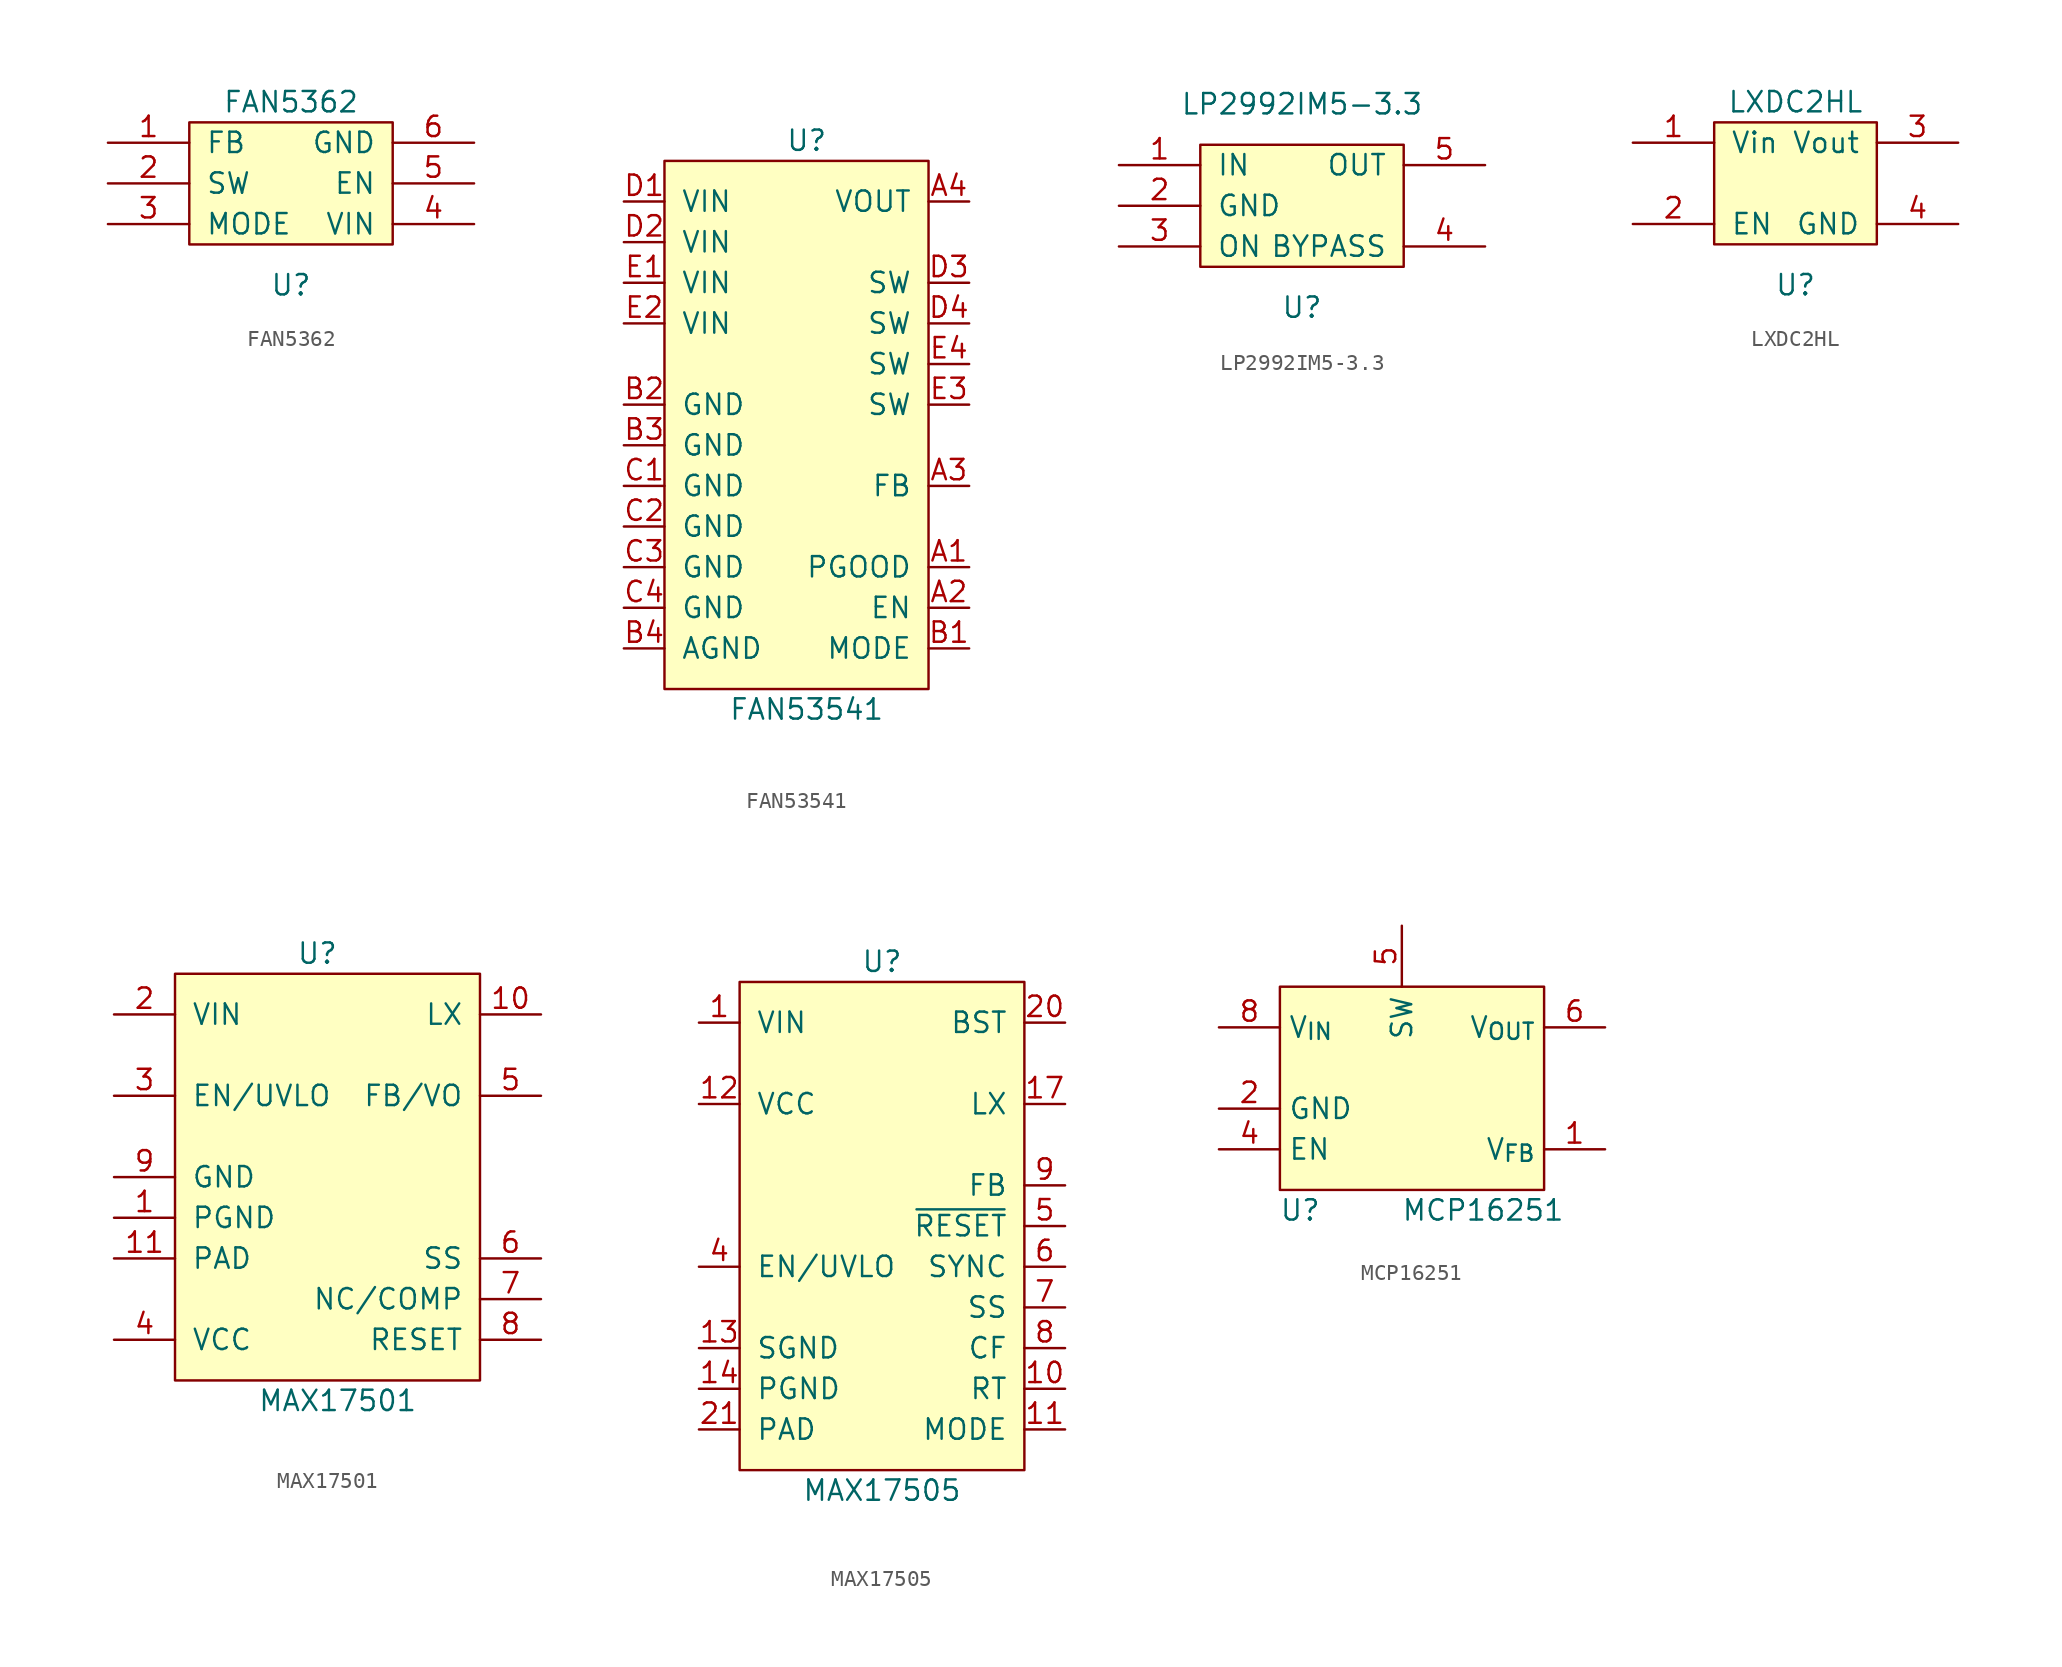
<source format=kicad_sym>
(kicad_symbol_lib
  (version 20211014)
  (generator kicad_symbol_editor)
  (symbol "FAN5362"
    (pin_names
      (offset 1.016))
    (property "Reference" "U"
      (at 0 -6.35 0)
      (effects (font (size 1.27 1.27))))
    (property "Value" "FAN5362"
      (at 0 5.08 0)
      (effects (font (size 1.27 1.27))))
    (symbol "FAN5362_0_1"
      (rectangle (start -6.35 3.81) (end 6.35 -3.81) (stroke (width 0) (type default) (color 0 0 0 0)) (fill (type background))))
    (symbol "FAN5362_1_1"
      (pin input line (at -11.43 2.54 0) (length 5.08) (name "FB" (effects (font (size 1.27 1.27)))) (number "1" (effects (font (size 1.27 1.27)))))
      (pin power_out line (at -11.43 0 0) (length 5.08) (name "SW" (effects (font (size 1.27 1.27)))) (number "2" (effects (font (size 1.27 1.27)))))
      (pin input line (at -11.43 -2.54 0) (length 5.08) (name "MODE" (effects (font (size 1.27 1.27)))) (number "3" (effects (font (size 1.27 1.27)))))
      (pin power_in line (at 11.43 -2.54 180) (length 5.08) (name "VIN" (effects (font (size 1.27 1.27)))) (number "4" (effects (font (size 1.27 1.27)))))
      (pin input line (at 11.43 0 180) (length 5.08) (name "EN" (effects (font (size 1.27 1.27)))) (number "5" (effects (font (size 1.27 1.27)))))
      (pin power_in line (at 11.43 2.54 180) (length 5.08) (name "GND" (effects (font (size 1.27 1.27)))) (number "6" (effects (font (size 1.27 1.27)))))))
  (symbol "FAN53541"
    (pin_names
      (offset 1.016))
    (property "Reference" "U"
      (at 8.89 1.27 0)
      (effects (font (size 1.27 1.27))))
    (property "Value" "FAN53541"
      (at 8.89 -34.29 0)
      (effects (font (size 1.27 1.27))))
    (symbol "FAN53541_0_1"
      (rectangle (start 0 0) (end 16.51 -33.02) (stroke (width 0) (type default) (color 0 0 0 0)) (fill (type background))))
    (symbol "FAN53541_1_1"
      (pin passive line (at 19.05 -25.4 180) (length 2.54) (name "PGOOD" (effects (font (size 1.27 1.27)))) (number "A1" (effects (font (size 1.27 1.27)))))
      (pin passive line (at 19.05 -27.94 180) (length 2.54) (name "EN" (effects (font (size 1.27 1.27)))) (number "A2" (effects (font (size 1.27 1.27)))))
      (pin passive line (at 19.05 -20.32 180) (length 2.54) (name "FB" (effects (font (size 1.27 1.27)))) (number "A3" (effects (font (size 1.27 1.27)))))
      (pin power_out line (at 19.05 -2.54 180) (length 2.54) (name "VOUT" (effects (font (size 1.27 1.27)))) (number "A4" (effects (font (size 1.27 1.27)))))
      (pin passive line (at 19.05 -30.48 180) (length 2.54) (name "MODE" (effects (font (size 1.27 1.27)))) (number "B1" (effects (font (size 1.27 1.27)))))
      (pin power_in line (at -2.54 -15.24 0) (length 2.54) (name "GND" (effects (font (size 1.27 1.27)))) (number "B2" (effects (font (size 1.27 1.27)))))
      (pin power_in line (at -2.54 -17.78 0) (length 2.54) (name "GND" (effects (font (size 1.27 1.27)))) (number "B3" (effects (font (size 1.27 1.27)))))
      (pin power_in line (at -2.54 -30.48 0) (length 2.54) (name "AGND" (effects (font (size 1.27 1.27)))) (number "B4" (effects (font (size 1.27 1.27)))))
      (pin power_in line (at -2.54 -20.32 0) (length 2.54) (name "GND" (effects (font (size 1.27 1.27)))) (number "C1" (effects (font (size 1.27 1.27)))))
      (pin power_in line (at -2.54 -22.86 0) (length 2.54) (name "GND" (effects (font (size 1.27 1.27)))) (number "C2" (effects (font (size 1.27 1.27)))))
      (pin power_in line (at -2.54 -25.4 0) (length 2.54) (name "GND" (effects (font (size 1.27 1.27)))) (number "C3" (effects (font (size 1.27 1.27)))))
      (pin power_in line (at -2.54 -27.94 0) (length 2.54) (name "GND" (effects (font (size 1.27 1.27)))) (number "C4" (effects (font (size 1.27 1.27)))))
      (pin power_in line (at -2.54 -2.54 0) (length 2.54) (name "VIN" (effects (font (size 1.27 1.27)))) (number "D1" (effects (font (size 1.27 1.27)))))
      (pin power_in line (at -2.54 -5.08 0) (length 2.54) (name "VIN" (effects (font (size 1.27 1.27)))) (number "D2" (effects (font (size 1.27 1.27)))))
      (pin passive line (at 19.05 -7.62 180) (length 2.54) (name "SW" (effects (font (size 1.27 1.27)))) (number "D3" (effects (font (size 1.27 1.27)))))
      (pin passive line (at 19.05 -10.16 180) (length 2.54) (name "SW" (effects (font (size 1.27 1.27)))) (number "D4" (effects (font (size 1.27 1.27)))))
      (pin power_in line (at -2.54 -7.62 0) (length 2.54) (name "VIN" (effects (font (size 1.27 1.27)))) (number "E1" (effects (font (size 1.27 1.27)))))
      (pin power_in line (at -2.54 -10.16 0) (length 2.54) (name "VIN" (effects (font (size 1.27 1.27)))) (number "E2" (effects (font (size 1.27 1.27)))))
      (pin passive line (at 19.05 -15.24 180) (length 2.54) (name "SW" (effects (font (size 1.27 1.27)))) (number "E3" (effects (font (size 1.27 1.27)))))
      (pin passive line (at 19.05 -12.7 180) (length 2.54) (name "SW" (effects (font (size 1.27 1.27)))) (number "E4" (effects (font (size 1.27 1.27)))))))
  (symbol "LP2992IM5-3.3"
    (pin_names
      (offset 1.016))
    (property "Reference" "U"
      (at 0 -6.35 0)
      (effects (font (size 1.27 1.27))))
    (property "Value" "LP2992IM5-3.3"
      (at 0 6.35 0)
      (effects (font (size 1.27 1.27))))
    (symbol "LP2992IM5-3.3_0_1"
      (rectangle (start -6.35 3.81) (end 6.35 -3.81) (stroke (width 0) (type default) (color 0 0 0 0)) (fill (type background))))
    (symbol "LP2992IM5-3.3_1_1"
      (pin power_in line (at -11.43 2.54 0) (length 5.08) (name "IN" (effects (font (size 1.27 1.27)))) (number "1" (effects (font (size 1.27 1.27)))))
      (pin power_in line (at -11.43 0 0) (length 5.08) (name "GND" (effects (font (size 1.27 1.27)))) (number "2" (effects (font (size 1.27 1.27)))))
      (pin input line (at -11.43 -2.54 0) (length 5.08) (name "ON" (effects (font (size 1.27 1.27)))) (number "3" (effects (font (size 1.27 1.27)))))
      (pin input line (at 11.43 -2.54 180) (length 5.08) (name "BYPASS" (effects (font (size 1.27 1.27)))) (number "4" (effects (font (size 1.27 1.27)))))
      (pin power_out line (at 11.43 2.54 180) (length 5.08) (name "OUT" (effects (font (size 1.27 1.27)))) (number "5" (effects (font (size 1.27 1.27)))))))
  (symbol "LXDC2HL"
    (pin_names
      (offset 1.016))
    (property "Reference" "U"
      (at 0 -6.35 0)
      (effects (font (size 1.27 1.27))))
    (property "Value" "LXDC2HL"
      (at 0 5.08 0)
      (effects (font (size 1.27 1.27))))
    (property "Footprint" ""
      (at -5.08 0 0)
      (effects (font (size 1.27 1.27))))
    (property "Datasheet" ""
      (at -5.08 0 0)
      (effects (font (size 1.27 1.27))))
    (symbol "LXDC2HL_0_1"
      (rectangle (start -5.08 3.81) (end 5.08 -3.81) (stroke (width 0) (type default) (color 0 0 0 0)) (fill (type background))))
    (symbol "LXDC2HL_1_1"
      (pin power_in line (at -10.16 2.54 0) (length 5.08) (name "Vin" (effects (font (size 1.27 1.27)))) (number "1" (effects (font (size 1.27 1.27)))))
      (pin input line (at -10.16 -2.54 0) (length 5.08) (name "EN" (effects (font (size 1.27 1.27)))) (number "2" (effects (font (size 1.27 1.27)))))
      (pin power_out line (at 10.16 2.54 180) (length 5.08) (name "Vout" (effects (font (size 1.27 1.27)))) (number "3" (effects (font (size 1.27 1.27)))))
      (pin power_in line (at 10.16 -2.54 180) (length 5.08) (name "GND" (effects (font (size 1.27 1.27)))) (number "4" (effects (font (size 1.27 1.27)))))))
  (symbol "MAX17501"
    (pin_names
      (offset 1.016))
    (property "Reference" "U"
      (at 8.89 1.27 0)
      (effects (font (size 1.27 1.27))))
    (property "Value" "MAX17501"
      (at 10.16 -26.67 0)
      (effects (font (size 1.27 1.27))))
    (symbol "MAX17501_0_1"
      (rectangle (start 0 0) (end 19.05 -25.4) (stroke (width 0) (type default) (color 0 0 0 0)) (fill (type background))))
    (symbol "MAX17501_1_1"
      (pin power_in line (at -3.81 -15.24 0) (length 3.81) (name "PGND" (effects (font (size 1.27 1.27)))) (number "1" (effects (font (size 1.27 1.27)))))
      (pin passive line (at 22.86 -2.54 180) (length 3.81) (name "LX" (effects (font (size 1.27 1.27)))) (number "10" (effects (font (size 1.27 1.27)))))
      (pin passive line (at -3.81 -17.78 0) (length 3.81) (name "PAD" (effects (font (size 1.27 1.27)))) (number "11" (effects (font (size 1.27 1.27)))))
      (pin power_in line (at -3.81 -2.54 0) (length 3.81) (name "VIN" (effects (font (size 1.27 1.27)))) (number "2" (effects (font (size 1.27 1.27)))))
      (pin passive line (at -3.81 -7.62 0) (length 3.81) (name "EN/UVLO" (effects (font (size 1.27 1.27)))) (number "3" (effects (font (size 1.27 1.27)))))
      (pin passive line (at -3.81 -22.86 0) (length 3.81) (name "VCC" (effects (font (size 1.27 1.27)))) (number "4" (effects (font (size 1.27 1.27)))))
      (pin passive line (at 22.86 -7.62 180) (length 3.81) (name "FB/VO" (effects (font (size 1.27 1.27)))) (number "5" (effects (font (size 1.27 1.27)))))
      (pin passive line (at 22.86 -17.78 180) (length 3.81) (name "SS" (effects (font (size 1.27 1.27)))) (number "6" (effects (font (size 1.27 1.27)))))
      (pin passive line (at 22.86 -20.32 180) (length 3.81) (name "NC/COMP" (effects (font (size 1.27 1.27)))) (number "7" (effects (font (size 1.27 1.27)))))
      (pin passive line (at 22.86 -22.86 180) (length 3.81) (name "RESET" (effects (font (size 1.27 1.27)))) (number "8" (effects (font (size 1.27 1.27)))))
      (pin power_in line (at -3.81 -12.7 0) (length 3.81) (name "GND" (effects (font (size 1.27 1.27)))) (number "9" (effects (font (size 1.27 1.27)))))))
  (symbol "MAX17505"
    (pin_names
      (offset 1.016))
    (property "Reference" "U"
      (at 8.89 1.27 0)
      (effects (font (size 1.27 1.27))))
    (property "Value" "MAX17505"
      (at 8.89 -31.75 0)
      (effects (font (size 1.27 1.27))))
    (symbol "MAX17505_0_1"
      (rectangle (start 0 0) (end 17.78 -30.48) (stroke (width 0) (type default) (color 0 0 0 0)) (fill (type background))))
    (symbol "MAX17505_1_1"
      (pin power_in line (at -2.54 -2.54 0) (length 2.54) (name "VIN" (effects (font (size 1.27 1.27)))) (number "1" (effects (font (size 1.27 1.27)))))
      (pin passive line (at 20.32 -25.4 180) (length 2.54) (name "RT" (effects (font (size 1.27 1.27)))) (number "10" (effects (font (size 1.27 1.27)))))
      (pin passive line (at 20.32 -27.94 180) (length 2.54) (name "MODE" (effects (font (size 1.27 1.27)))) (number "11" (effects (font (size 1.27 1.27)))))
      (pin passive line (at -2.54 -7.62 0) (length 2.54) (name "VCC" (effects (font (size 1.27 1.27)))) (number "12" (effects (font (size 1.27 1.27)))))
      (pin power_in line (at -2.54 -22.86 0) (length 2.54) (name "SGND" (effects (font (size 1.27 1.27)))) (number "13" (effects (font (size 1.27 1.27)))))
      (pin power_in line (at -2.54 -25.4 0) (length 2.54) (name "PGND" (effects (font (size 1.27 1.27)))) (number "14" (effects (font (size 1.27 1.27)))))
      (pin passive line (at -2.54 -25.4 0) (length 2.54) hide (name "PGND" (effects (font (size 1.27 1.27)))) (number "15" (effects (font (size 1.27 1.27)))))
      (pin passive line (at -2.54 -25.4 0) (length 2.54) hide (name "PGND" (effects (font (size 1.27 1.27)))) (number "16" (effects (font (size 1.27 1.27)))))
      (pin passive line (at 20.32 -7.62 180) (length 2.54) (name "LX" (effects (font (size 1.27 1.27)))) (number "17" (effects (font (size 1.27 1.27)))))
      (pin passive line (at 20.32 -7.62 180) (length 2.54) hide (name "LX" (effects (font (size 1.27 1.27)))) (number "18" (effects (font (size 1.27 1.27)))))
      (pin passive line (at 20.32 -7.62 180) (length 2.54) hide (name "LX" (effects (font (size 1.27 1.27)))) (number "19" (effects (font (size 1.27 1.27)))))
      (pin passive line (at -2.54 -2.54 0) (length 2.54) hide (name "VIN" (effects (font (size 1.27 1.27)))) (number "2" (effects (font (size 1.27 1.27)))))
      (pin passive line (at 20.32 -2.54 180) (length 2.54) (name "BST" (effects (font (size 1.27 1.27)))) (number "20" (effects (font (size 1.27 1.27)))))
      (pin passive line (at -2.54 -27.94 0) (length 2.54) (name "PAD" (effects (font (size 1.27 1.27)))) (number "21" (effects (font (size 1.27 1.27)))))
      (pin passive line (at -2.54 -2.54 0) (length 2.54) hide (name "VIN" (effects (font (size 1.27 1.27)))) (number "3" (effects (font (size 1.27 1.27)))))
      (pin passive line (at -2.54 -17.78 0) (length 2.54) (name "EN/UVLO" (effects (font (size 1.27 1.27)))) (number "4" (effects (font (size 1.27 1.27)))))
      (pin open_collector line (at 20.32 -15.24 180) (length 2.54) (name "~{RESET}" (effects (font (size 1.27 1.27)))) (number "5" (effects (font (size 1.27 1.27)))))
      (pin passive line (at 20.32 -17.78 180) (length 2.54) (name "SYNC" (effects (font (size 1.27 1.27)))) (number "6" (effects (font (size 1.27 1.27)))))
      (pin passive line (at 20.32 -20.32 180) (length 2.54) (name "SS" (effects (font (size 1.27 1.27)))) (number "7" (effects (font (size 1.27 1.27)))))
      (pin passive line (at 20.32 -22.86 180) (length 2.54) (name "CF" (effects (font (size 1.27 1.27)))) (number "8" (effects (font (size 1.27 1.27)))))
      (pin passive line (at 20.32 -12.7 180) (length 2.54) (name "FB" (effects (font (size 1.27 1.27)))) (number "9" (effects (font (size 1.27 1.27)))))))
  (symbol "MCP16251"
    (property "Reference" "U"
      (at 1.27 -13.97 0)
      (effects (font (size 1.27 1.27))))
    (property "Value" "MCP16251"
      (at 12.7 -13.97 0)
      (effects (font (size 1.27 1.27))))
    (symbol "MCP16251_0_1"
      (rectangle (start 0 0) (end 16.51 -12.7) (stroke (width 0) (type default) (color 0 0 0 0)) (fill (type background))))
    (symbol "MCP16251_1_1"
      (pin passive line (at 20.32 -10.16 180) (length 3.81) (name "V_{FB}" (effects (font (size 1.27 1.27)))) (number "1" (effects (font (size 1.27 1.27)))))
      (pin power_in line (at -3.81 -7.62 0) (length 3.81) (name "GND" (effects (font (size 1.27 1.27)))) (number "2" (effects (font (size 1.27 1.27)))))
      (pin power_in line (at -3.81 -7.62 0) (length 3.81) hide (name "P_{GND}" (effects (font (size 1.27 1.27)))) (number "3" (effects (font (size 1.27 1.27)))))
      (pin input line (at -3.81 -10.16 0) (length 3.81) (name "EN" (effects (font (size 1.27 1.27)))) (number "4" (effects (font (size 1.27 1.27)))))
      (pin passive line (at 7.62 3.81 270) (length 3.81) (name "SW" (effects (font (size 1.27 1.27)))) (number "5" (effects (font (size 1.27 1.27)))))
      (pin power_out line (at 20.32 -2.54 180) (length 3.81) (name "V_{OUT}" (effects (font (size 1.27 1.27)))) (number "6" (effects (font (size 1.27 1.27)))))
      (pin passive line (at 20.32 -2.54 180) (length 3.81) hide (name "V_{OUTS}" (effects (font (size 1.27 1.27)))) (number "7" (effects (font (size 1.27 1.27)))))
      (pin power_in line (at -3.81 -2.54 0) (length 3.81) (name "V_{IN}" (effects (font (size 1.27 1.27)))) (number "8" (effects (font (size 1.27 1.27)))))
      (pin passive line (at -3.81 -7.62 0) (length 3.81) hide (name "EP" (effects (font (size 1.27 1.27)))) (number "9" (effects (font (size 1.27 1.27))))))))
</source>
